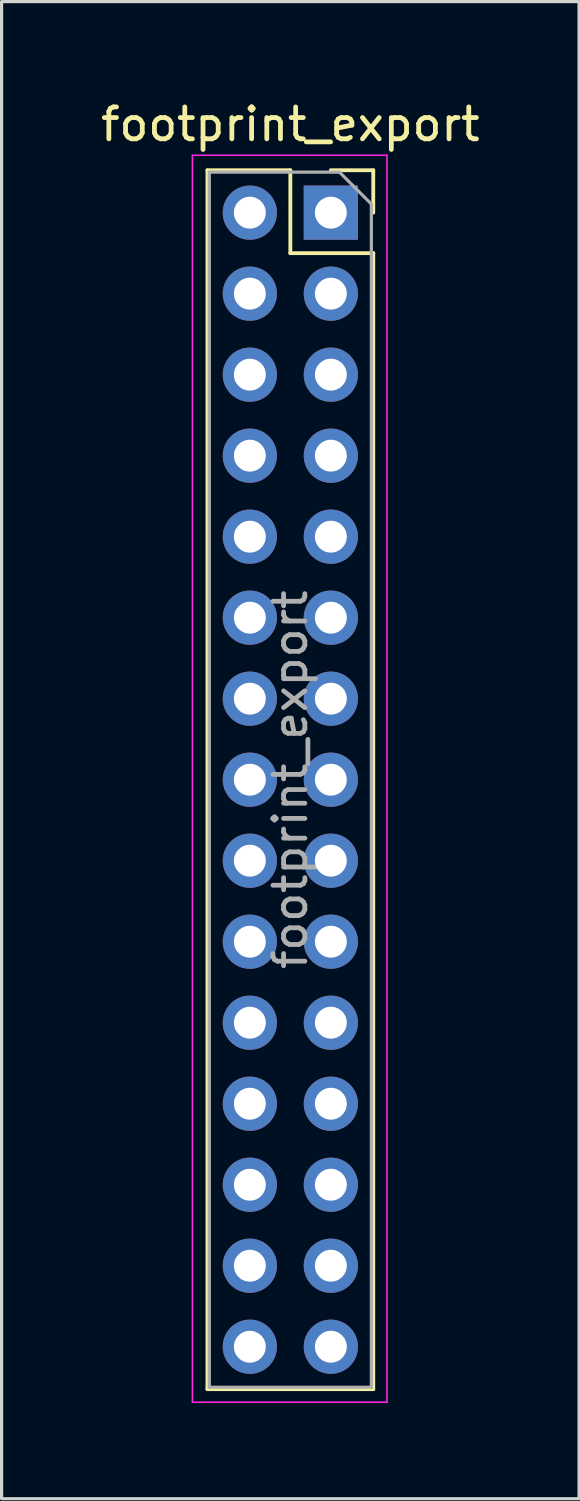
<source format=kicad_pcb>
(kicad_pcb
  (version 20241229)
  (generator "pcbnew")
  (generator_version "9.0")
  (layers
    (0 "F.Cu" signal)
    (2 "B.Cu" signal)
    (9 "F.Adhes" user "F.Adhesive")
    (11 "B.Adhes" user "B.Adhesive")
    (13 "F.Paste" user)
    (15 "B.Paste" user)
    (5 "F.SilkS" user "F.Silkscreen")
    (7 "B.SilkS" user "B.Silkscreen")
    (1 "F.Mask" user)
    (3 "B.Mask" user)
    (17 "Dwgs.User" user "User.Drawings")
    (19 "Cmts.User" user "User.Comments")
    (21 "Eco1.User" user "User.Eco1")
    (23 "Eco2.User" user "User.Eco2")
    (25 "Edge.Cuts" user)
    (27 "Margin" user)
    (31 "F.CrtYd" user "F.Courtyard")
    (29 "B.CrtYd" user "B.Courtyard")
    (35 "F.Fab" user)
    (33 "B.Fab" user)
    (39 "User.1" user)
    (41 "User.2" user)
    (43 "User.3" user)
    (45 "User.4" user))
  (footprint "footprint_export"
    (layer "F.Cu")
    (at 7.324 3.618)
    (property "Reference" "footprint_export" (at -1.27 -2.77 0) (layer "F.SilkS") (effects (font (size 1 1) (thickness 0.15))))
    (attr through_hole)
    (fp_line (start -3.87 -1.33) (end -3.87 36.89) (stroke (width 0.12) (type solid)) (layer "F.SilkS"))
    (fp_line (start -3.87 -1.33) (end -1.27 -1.33) (stroke (width 0.12) (type solid)) (layer "F.SilkS"))
    (fp_line (start -3.87 36.89) (end 1.33 36.89) (stroke (width 0.12) (type solid)) (layer "F.SilkS"))
    (fp_line (start -1.27 -1.33) (end -1.27 1.27) (stroke (width 0.12) (type solid)) (layer "F.SilkS"))
    (fp_line (start -1.27 1.27) (end 1.33 1.27) (stroke (width 0.12) (type solid)) (layer "F.SilkS"))
    (fp_line (start 0 -1.33) (end 1.33 -1.33) (stroke (width 0.12) (type solid)) (layer "F.SilkS"))
    (fp_line (start 1.33 -1.33) (end 1.33 0) (stroke (width 0.12) (type solid)) (layer "F.SilkS"))
    (fp_line (start 1.33 1.27) (end 1.33 36.89) (stroke (width 0.12) (type solid)) (layer "F.SilkS"))
    (fp_line (start -4.34 -1.8) (end 1.76 -1.8) (stroke (width 0.05) (type solid)) (layer "F.CrtYd"))
    (fp_line (start -4.34 37.3) (end -4.34 -1.8) (stroke (width 0.05) (type solid)) (layer "F.CrtYd"))
    (fp_line (start 1.76 -1.8) (end 1.76 37.3) (stroke (width 0.05) (type solid)) (layer "F.CrtYd"))
    (fp_line (start 1.76 37.3) (end -4.34 37.3) (stroke (width 0.05) (type solid)) (layer "F.CrtYd"))
    (fp_line (start -3.81 -1.27) (end 0.27 -1.27) (stroke (width 0.1) (type solid)) (layer "F.Fab"))
    (fp_line (start -3.81 36.83) (end -3.81 -1.27) (stroke (width 0.1) (type solid)) (layer "F.Fab"))
    (fp_line (start 0.27 -1.27) (end 1.27 -0.27) (stroke (width 0.1) (type solid)) (layer "F.Fab"))
    (fp_line (start 1.27 -0.27) (end 1.27 36.83) (stroke (width 0.1) (type solid)) (layer "F.Fab"))
    (fp_line (start 1.27 36.83) (end -3.81 36.83) (stroke (width 0.1) (type solid)) (layer "F.Fab"))
    (fp_text user "${REFERENCE}" (at -1.27 17.78 90) (layer "F.Fab") (effects (font (size 1 1) (thickness 0.15))))
    (pad "1" thru_hole rect (at 0 0) (size 1.7 1.7) (drill 1) (layers "*.Cu" "*.Mask"))
    (pad "2" thru_hole oval (at -2.54 0) (size 1.7 1.7) (drill 1) (layers "*.Cu" "*.Mask"))
    (pad "3" thru_hole oval (at 0 2.54) (size 1.7 1.7) (drill 1) (layers "*.Cu" "*.Mask"))
    (pad "4" thru_hole oval (at -2.54 2.54) (size 1.7 1.7) (drill 1) (layers "*.Cu" "*.Mask"))
    (pad "5" thru_hole oval (at 0 5.08) (size 1.7 1.7) (drill 1) (layers "*.Cu" "*.Mask"))
    (pad "6" thru_hole oval (at -2.54 5.08) (size 1.7 1.7) (drill 1) (layers "*.Cu" "*.Mask"))
    (pad "7" thru_hole oval (at 0 7.62) (size 1.7 1.7) (drill 1) (layers "*.Cu" "*.Mask"))
    (pad "8" thru_hole oval (at -2.54 7.62) (size 1.7 1.7) (drill 1) (layers "*.Cu" "*.Mask"))
    (pad "9" thru_hole oval (at 0 10.16) (size 1.7 1.7) (drill 1) (layers "*.Cu" "*.Mask"))
    (pad "10" thru_hole oval (at -2.54 10.16) (size 1.7 1.7) (drill 1) (layers "*.Cu" "*.Mask"))
    (pad "11" thru_hole oval (at 0 12.7) (size 1.7 1.7) (drill 1) (layers "*.Cu" "*.Mask"))
    (pad "12" thru_hole oval (at -2.54 12.7) (size 1.7 1.7) (drill 1) (layers "*.Cu" "*.Mask"))
    (pad "13" thru_hole oval (at 0 15.24) (size 1.7 1.7) (drill 1) (layers "*.Cu" "*.Mask"))
    (pad "14" thru_hole oval (at -2.54 15.24) (size 1.7 1.7) (drill 1) (layers "*.Cu" "*.Mask"))
    (pad "15" thru_hole oval (at 0 17.78) (size 1.7 1.7) (drill 1) (layers "*.Cu" "*.Mask"))
    (pad "16" thru_hole oval (at -2.54 17.78) (size 1.7 1.7) (drill 1) (layers "*.Cu" "*.Mask"))
    (pad "17" thru_hole oval (at 0 20.32) (size 1.7 1.7) (drill 1) (layers "*.Cu" "*.Mask"))
    (pad "18" thru_hole oval (at -2.54 20.32) (size 1.7 1.7) (drill 1) (layers "*.Cu" "*.Mask"))
    (pad "19" thru_hole oval (at 0 22.86) (size 1.7 1.7) (drill 1) (layers "*.Cu" "*.Mask"))
    (pad "20" thru_hole oval (at -2.54 22.86) (size 1.7 1.7) (drill 1) (layers "*.Cu" "*.Mask"))
    (pad "21" thru_hole oval (at 0 25.4) (size 1.7 1.7) (drill 1) (layers "*.Cu" "*.Mask"))
    (pad "22" thru_hole oval (at -2.54 25.4) (size 1.7 1.7) (drill 1) (layers "*.Cu" "*.Mask"))
    (pad "23" thru_hole oval (at 0 27.94) (size 1.7 1.7) (drill 1) (layers "*.Cu" "*.Mask"))
    (pad "24" thru_hole oval (at -2.54 27.94) (size 1.7 1.7) (drill 1) (layers "*.Cu" "*.Mask"))
    (pad "25" thru_hole oval (at 0 30.48) (size 1.7 1.7) (drill 1) (layers "*.Cu" "*.Mask"))
    (pad "26" thru_hole oval (at -2.54 30.48) (size 1.7 1.7) (drill 1) (layers "*.Cu" "*.Mask"))
    (pad "27" thru_hole oval (at 0 33.02) (size 1.7 1.7) (drill 1) (layers "*.Cu" "*.Mask"))
    (pad "28" thru_hole oval (at -2.54 33.02) (size 1.7 1.7) (drill 1) (layers "*.Cu" "*.Mask"))
    (pad "29" thru_hole oval (at 0 35.56) (size 1.7 1.7) (drill 1) (layers "*.Cu" "*.Mask"))
    (pad "30" thru_hole oval (at -2.54 35.56) (size 1.7 1.7) (drill 1) (layers "*.Cu" "*.Mask")))
  (gr_rect
    (start -3 -3)
    (end 15.107 43.943)
    (stroke (width 0.1) (type default))
    (fill no)
    (layer "Edge.Cuts")))
</source>
